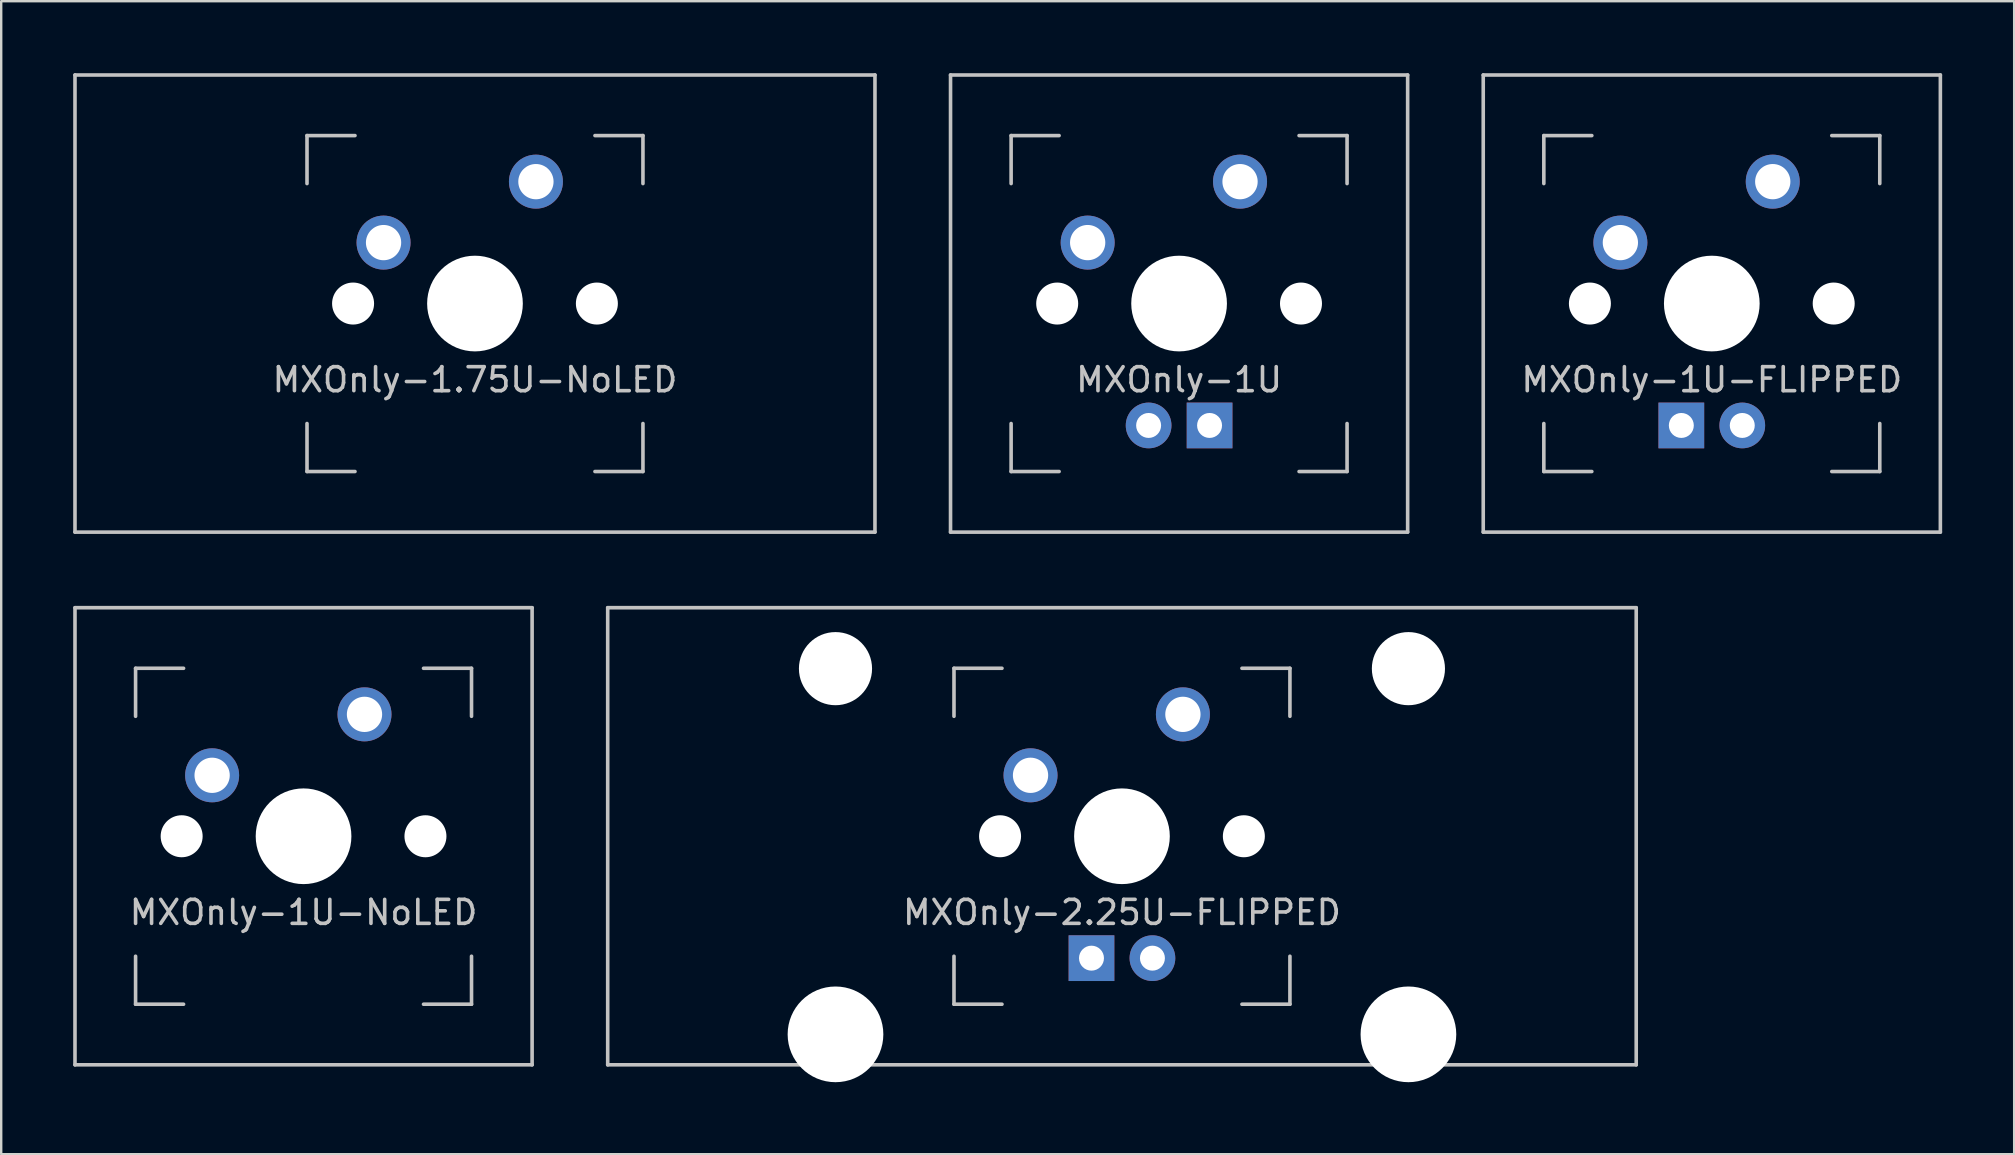
<source format=kicad_pcb>
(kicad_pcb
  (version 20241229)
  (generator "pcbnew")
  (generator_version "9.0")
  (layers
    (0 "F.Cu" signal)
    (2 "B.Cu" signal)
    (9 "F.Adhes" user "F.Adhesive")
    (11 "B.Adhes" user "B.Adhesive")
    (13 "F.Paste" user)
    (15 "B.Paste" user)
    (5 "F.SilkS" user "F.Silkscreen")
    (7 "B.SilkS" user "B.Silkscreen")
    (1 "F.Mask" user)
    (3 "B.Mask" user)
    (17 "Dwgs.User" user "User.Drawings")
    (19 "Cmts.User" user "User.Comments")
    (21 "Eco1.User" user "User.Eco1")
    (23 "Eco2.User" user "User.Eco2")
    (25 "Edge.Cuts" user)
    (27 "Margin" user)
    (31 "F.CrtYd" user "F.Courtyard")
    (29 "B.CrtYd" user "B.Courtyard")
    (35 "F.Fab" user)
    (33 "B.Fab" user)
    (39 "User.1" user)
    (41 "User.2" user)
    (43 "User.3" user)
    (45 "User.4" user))
  (footprint "MXOnly-1U"
    (layer "F.Cu")
    (at 46.087 9.6)
    (property "Reference" "MXOnly-1U" (at 0 3.175 0) (layer "Dwgs.User") (effects (font (size 1 1) (thickness 0.15))))
    (attr through_hole)
    (fp_line (start -9.525 -9.525) (end 9.525 -9.525) (stroke (width 0.15) (type solid)) (layer "Dwgs.User"))
    (fp_line (start -9.525 9.525) (end -9.525 -9.525) (stroke (width 0.15) (type solid)) (layer "Dwgs.User"))
    (fp_line (start -7 -7) (end -7 -5) (stroke (width 0.15) (type solid)) (layer "Dwgs.User"))
    (fp_line (start -7 5) (end -7 7) (stroke (width 0.15) (type solid)) (layer "Dwgs.User"))
    (fp_line (start -7 7) (end -5 7) (stroke (width 0.15) (type solid)) (layer "Dwgs.User"))
    (fp_line (start -5 -7) (end -7 -7) (stroke (width 0.15) (type solid)) (layer "Dwgs.User"))
    (fp_line (start 5 -7) (end 7 -7) (stroke (width 0.15) (type solid)) (layer "Dwgs.User"))
    (fp_line (start 5 7) (end 7 7) (stroke (width 0.15) (type solid)) (layer "Dwgs.User"))
    (fp_line (start 7 -7) (end 7 -5) (stroke (width 0.15) (type solid)) (layer "Dwgs.User"))
    (fp_line (start 7 7) (end 7 5) (stroke (width 0.15) (type solid)) (layer "Dwgs.User"))
    (fp_line (start 9.525 -9.525) (end 9.525 9.525) (stroke (width 0.15) (type solid)) (layer "Dwgs.User"))
    (fp_line (start 9.525 9.525) (end -9.525 9.525) (stroke (width 0.15) (type solid)) (layer "Dwgs.User"))
    (pad "" np_thru_hole circle (at -5.08 0 48.1) (size 1.75 1.75) (drill 1.75) (layers "*.Cu" "*.Mask"))
    (pad "" np_thru_hole circle (at 0 0) (size 3.988 3.988) (drill 3.988) (layers "*.Cu" "*.Mask"))
    (pad "" np_thru_hole circle (at 5.08 0 48.1) (size 1.75 1.75) (drill 1.75) (layers "*.Cu" "*.Mask"))
    (pad "1" thru_hole circle (at -3.81 -2.54) (size 2.25 2.25) (drill 1.47) (layers "*.Cu" "*.Mask"))
    (pad "2" thru_hole circle (at 2.54 -5.08) (size 2.25 2.25) (drill 1.47) (layers "*.Cu" "*.Mask"))
    (pad "3" thru_hole circle (at -1.27 5.08) (size 1.905 1.905) (drill 1.04) (layers "*.Cu" "*.Mask"))
    (pad "4" thru_hole rect (at 1.27 5.08) (size 1.905 1.905) (drill 1.04) (layers "*.Cu" "*.Mask")))
  (footprint "MXOnly-1.75U-NoLED"
    (layer "F.Cu")
    (at 16.744 9.6)
    (property "Reference" "MXOnly-1.75U-NoLED" (at 0 3.175 0) (layer "Dwgs.User") (effects (font (size 1 1) (thickness 0.15))))
    (attr through_hole)
    (fp_line (start -16.669 -9.525) (end 16.669 -9.525) (stroke (width 0.15) (type solid)) (layer "Dwgs.User"))
    (fp_line (start -16.669 9.525) (end -16.669 -9.525) (stroke (width 0.15) (type solid)) (layer "Dwgs.User"))
    (fp_line (start -16.669 9.525) (end 16.669 9.525) (stroke (width 0.15) (type solid)) (layer "Dwgs.User"))
    (fp_line (start -7 -7) (end -7 -5) (stroke (width 0.15) (type solid)) (layer "Dwgs.User"))
    (fp_line (start -7 5) (end -7 7) (stroke (width 0.15) (type solid)) (layer "Dwgs.User"))
    (fp_line (start -7 7) (end -5 7) (stroke (width 0.15) (type solid)) (layer "Dwgs.User"))
    (fp_line (start -5 -7) (end -7 -7) (stroke (width 0.15) (type solid)) (layer "Dwgs.User"))
    (fp_line (start 5 -7) (end 7 -7) (stroke (width 0.15) (type solid)) (layer "Dwgs.User"))
    (fp_line (start 5 7) (end 7 7) (stroke (width 0.15) (type solid)) (layer "Dwgs.User"))
    (fp_line (start 7 -7) (end 7 -5) (stroke (width 0.15) (type solid)) (layer "Dwgs.User"))
    (fp_line (start 7 7) (end 7 5) (stroke (width 0.15) (type solid)) (layer "Dwgs.User"))
    (fp_line (start 16.669 -9.525) (end 16.669 9.525) (stroke (width 0.15) (type solid)) (layer "Dwgs.User"))
    (pad "" np_thru_hole circle (at -5.08 0 48.1) (size 1.75 1.75) (drill 1.75) (layers "*.Cu" "*.Mask"))
    (pad "" np_thru_hole circle (at 0 0) (size 3.988 3.988) (drill 3.988) (layers "*.Cu" "*.Mask"))
    (pad "" np_thru_hole circle (at 5.08 0 48.1) (size 1.75 1.75) (drill 1.75) (layers "*.Cu" "*.Mask"))
    (pad "1" thru_hole circle (at -3.81 -2.54) (size 2.25 2.25) (drill 1.47) (layers "*.Cu" "*.Mask"))
    (pad "2" thru_hole circle (at 2.54 -5.08) (size 2.25 2.25) (drill 1.47) (layers "*.Cu" "*.Mask")))
  (footprint "MXOnly-1U-NoLED"
    (layer "F.Cu")
    (at 9.6 31.8)
    (property "Reference" "MXOnly-1U-NoLED" (at 0 3.175 0) (layer "Dwgs.User") (effects (font (size 1 1) (thickness 0.15))))
    (attr through_hole)
    (fp_line (start -9.525 -9.525) (end 9.525 -9.525) (stroke (width 0.15) (type solid)) (layer "Dwgs.User"))
    (fp_line (start -9.525 9.525) (end -9.525 -9.525) (stroke (width 0.15) (type solid)) (layer "Dwgs.User"))
    (fp_line (start -7 -7) (end -7 -5) (stroke (width 0.15) (type solid)) (layer "Dwgs.User"))
    (fp_line (start -7 5) (end -7 7) (stroke (width 0.15) (type solid)) (layer "Dwgs.User"))
    (fp_line (start -7 7) (end -5 7) (stroke (width 0.15) (type solid)) (layer "Dwgs.User"))
    (fp_line (start -5 -7) (end -7 -7) (stroke (width 0.15) (type solid)) (layer "Dwgs.User"))
    (fp_line (start 5 -7) (end 7 -7) (stroke (width 0.15) (type solid)) (layer "Dwgs.User"))
    (fp_line (start 5 7) (end 7 7) (stroke (width 0.15) (type solid)) (layer "Dwgs.User"))
    (fp_line (start 7 -7) (end 7 -5) (stroke (width 0.15) (type solid)) (layer "Dwgs.User"))
    (fp_line (start 7 7) (end 7 5) (stroke (width 0.15) (type solid)) (layer "Dwgs.User"))
    (fp_line (start 9.525 -9.525) (end 9.525 9.525) (stroke (width 0.15) (type solid)) (layer "Dwgs.User"))
    (fp_line (start 9.525 9.525) (end -9.525 9.525) (stroke (width 0.15) (type solid)) (layer "Dwgs.User"))
    (pad "" np_thru_hole circle (at -5.08 0 48.1) (size 1.75 1.75) (drill 1.75) (layers "*.Cu" "*.Mask"))
    (pad "" np_thru_hole circle (at 0 0) (size 3.988 3.988) (drill 3.988) (layers "*.Cu" "*.Mask"))
    (pad "" np_thru_hole circle (at 5.08 0 48.1) (size 1.75 1.75) (drill 1.75) (layers "*.Cu" "*.Mask"))
    (pad "1" thru_hole circle (at -3.81 -2.54) (size 2.25 2.25) (drill 1.47) (layers "*.Cu" "*.Mask"))
    (pad "2" thru_hole circle (at 2.54 -5.08) (size 2.25 2.25) (drill 1.47) (layers "*.Cu" "*.Mask")))
  (footprint "MXOnly-2.25U-FLIPPED"
    (layer "F.Cu")
    (at 43.706 31.8)
    (property "Reference" "MXOnly-2.25U-FLIPPED" (at 0 3.175 0) (layer "Dwgs.User") (effects (font (size 1 1) (thickness 0.15))))
    (attr through_hole)
    (fp_line (start -21.431 -9.525) (end 21.431 -9.525) (stroke (width 0.15) (type solid)) (layer "Dwgs.User"))
    (fp_line (start -21.431 9.525) (end -21.431 -9.525) (stroke (width 0.15) (type solid)) (layer "Dwgs.User"))
    (fp_line (start -21.431 9.525) (end 21.431 9.525) (stroke (width 0.15) (type solid)) (layer "Dwgs.User"))
    (fp_line (start -7 -7) (end -7 -5) (stroke (width 0.15) (type solid)) (layer "Dwgs.User"))
    (fp_line (start -7 5) (end -7 7) (stroke (width 0.15) (type solid)) (layer "Dwgs.User"))
    (fp_line (start -7 7) (end -5 7) (stroke (width 0.15) (type solid)) (layer "Dwgs.User"))
    (fp_line (start -5 -7) (end -7 -7) (stroke (width 0.15) (type solid)) (layer "Dwgs.User"))
    (fp_line (start 5 -7) (end 7 -7) (stroke (width 0.15) (type solid)) (layer "Dwgs.User"))
    (fp_line (start 5 7) (end 7 7) (stroke (width 0.15) (type solid)) (layer "Dwgs.User"))
    (fp_line (start 7 -7) (end 7 -5) (stroke (width 0.15) (type solid)) (layer "Dwgs.User"))
    (fp_line (start 7 7) (end 7 5) (stroke (width 0.15) (type solid)) (layer "Dwgs.User"))
    (fp_line (start 21.431 -9.525) (end 21.431 9.525) (stroke (width 0.15) (type solid)) (layer "Dwgs.User"))
    (pad "" np_thru_hole circle (at -11.938 -6.985) (size 3.048 3.048) (drill 3.048) (layers "*.Cu" "*.Mask"))
    (pad "" np_thru_hole circle (at -11.938 8.255) (size 3.988 3.988) (drill 3.988) (layers "*.Cu" "*.Mask"))
    (pad "" np_thru_hole circle (at -5.08 0 48.1) (size 1.75 1.75) (drill 1.75) (layers "*.Cu" "*.Mask"))
    (pad "" np_thru_hole circle (at 0 0) (size 3.988 3.988) (drill 3.988) (layers "*.Cu" "*.Mask"))
    (pad "" np_thru_hole circle (at 5.08 0 48.1) (size 1.75 1.75) (drill 1.75) (layers "*.Cu" "*.Mask"))
    (pad "" np_thru_hole circle (at 11.938 -6.985) (size 3.048 3.048) (drill 3.048) (layers "*.Cu" "*.Mask"))
    (pad "" np_thru_hole circle (at 11.938 8.255) (size 3.988 3.988) (drill 3.988) (layers "*.Cu" "*.Mask"))
    (pad "1" thru_hole circle (at -3.81 -2.54) (size 2.25 2.25) (drill 1.47) (layers "*.Cu" "*.Mask"))
    (pad "2" thru_hole circle (at 2.54 -5.08) (size 2.25 2.25) (drill 1.47) (layers "*.Cu" "*.Mask"))
    (pad "3" thru_hole circle (at 1.27 5.08) (size 1.905 1.905) (drill 1.04) (layers "*.Cu" "*.Mask"))
    (pad "4" thru_hole rect (at -1.27 5.08) (size 1.905 1.905) (drill 1.04) (layers "*.Cu" "*.Mask")))
  (footprint "MXOnly-1U-FLIPPED"
    (layer "F.Cu")
    (at 68.287 9.6)
    (property "Reference" "MXOnly-1U-FLIPPED" (at 0 3.175 0) (layer "Dwgs.User") (effects (font (size 1 1) (thickness 0.15))))
    (attr through_hole)
    (fp_line (start -9.525 -9.525) (end 9.525 -9.525) (stroke (width 0.15) (type solid)) (layer "Dwgs.User"))
    (fp_line (start -9.525 9.525) (end -9.525 -9.525) (stroke (width 0.15) (type solid)) (layer "Dwgs.User"))
    (fp_line (start -7 -7) (end -7 -5) (stroke (width 0.15) (type solid)) (layer "Dwgs.User"))
    (fp_line (start -7 5) (end -7 7) (stroke (width 0.15) (type solid)) (layer "Dwgs.User"))
    (fp_line (start -7 7) (end -5 7) (stroke (width 0.15) (type solid)) (layer "Dwgs.User"))
    (fp_line (start -5 -7) (end -7 -7) (stroke (width 0.15) (type solid)) (layer "Dwgs.User"))
    (fp_line (start 5 -7) (end 7 -7) (stroke (width 0.15) (type solid)) (layer "Dwgs.User"))
    (fp_line (start 5 7) (end 7 7) (stroke (width 0.15) (type solid)) (layer "Dwgs.User"))
    (fp_line (start 7 -7) (end 7 -5) (stroke (width 0.15) (type solid)) (layer "Dwgs.User"))
    (fp_line (start 7 7) (end 7 5) (stroke (width 0.15) (type solid)) (layer "Dwgs.User"))
    (fp_line (start 9.525 -9.525) (end 9.525 9.525) (stroke (width 0.15) (type solid)) (layer "Dwgs.User"))
    (fp_line (start 9.525 9.525) (end -9.525 9.525) (stroke (width 0.15) (type solid)) (layer "Dwgs.User"))
    (pad "" np_thru_hole circle (at -5.08 0 48.1) (size 1.75 1.75) (drill 1.75) (layers "*.Cu" "*.Mask"))
    (pad "" np_thru_hole circle (at 0 0) (size 3.988 3.988) (drill 3.988) (layers "*.Cu" "*.Mask"))
    (pad "" np_thru_hole circle (at 5.08 0 48.1) (size 1.75 1.75) (drill 1.75) (layers "*.Cu" "*.Mask"))
    (pad "1" thru_hole circle (at -3.81 -2.54) (size 2.25 2.25) (drill 1.47) (layers "*.Cu" "B.Mask"))
    (pad "2" thru_hole circle (at 2.54 -5.08) (size 2.25 2.25) (drill 1.47) (layers "*.Cu" "B.Mask"))
    (pad "3" thru_hole circle (at 1.27 5.08) (size 1.905 1.905) (drill 1.04) (layers "*.Cu" "B.Mask"))
    (pad "4" thru_hole rect (at -1.27 5.08) (size 1.905 1.905) (drill 1.04) (layers "*.Cu" "B.Mask")))
  (gr_rect
    (start -3 -3)
    (end 80.888 45.049)
    (stroke (width 0.1) (type default))
    (fill no)
    (layer "Edge.Cuts")))
</source>
